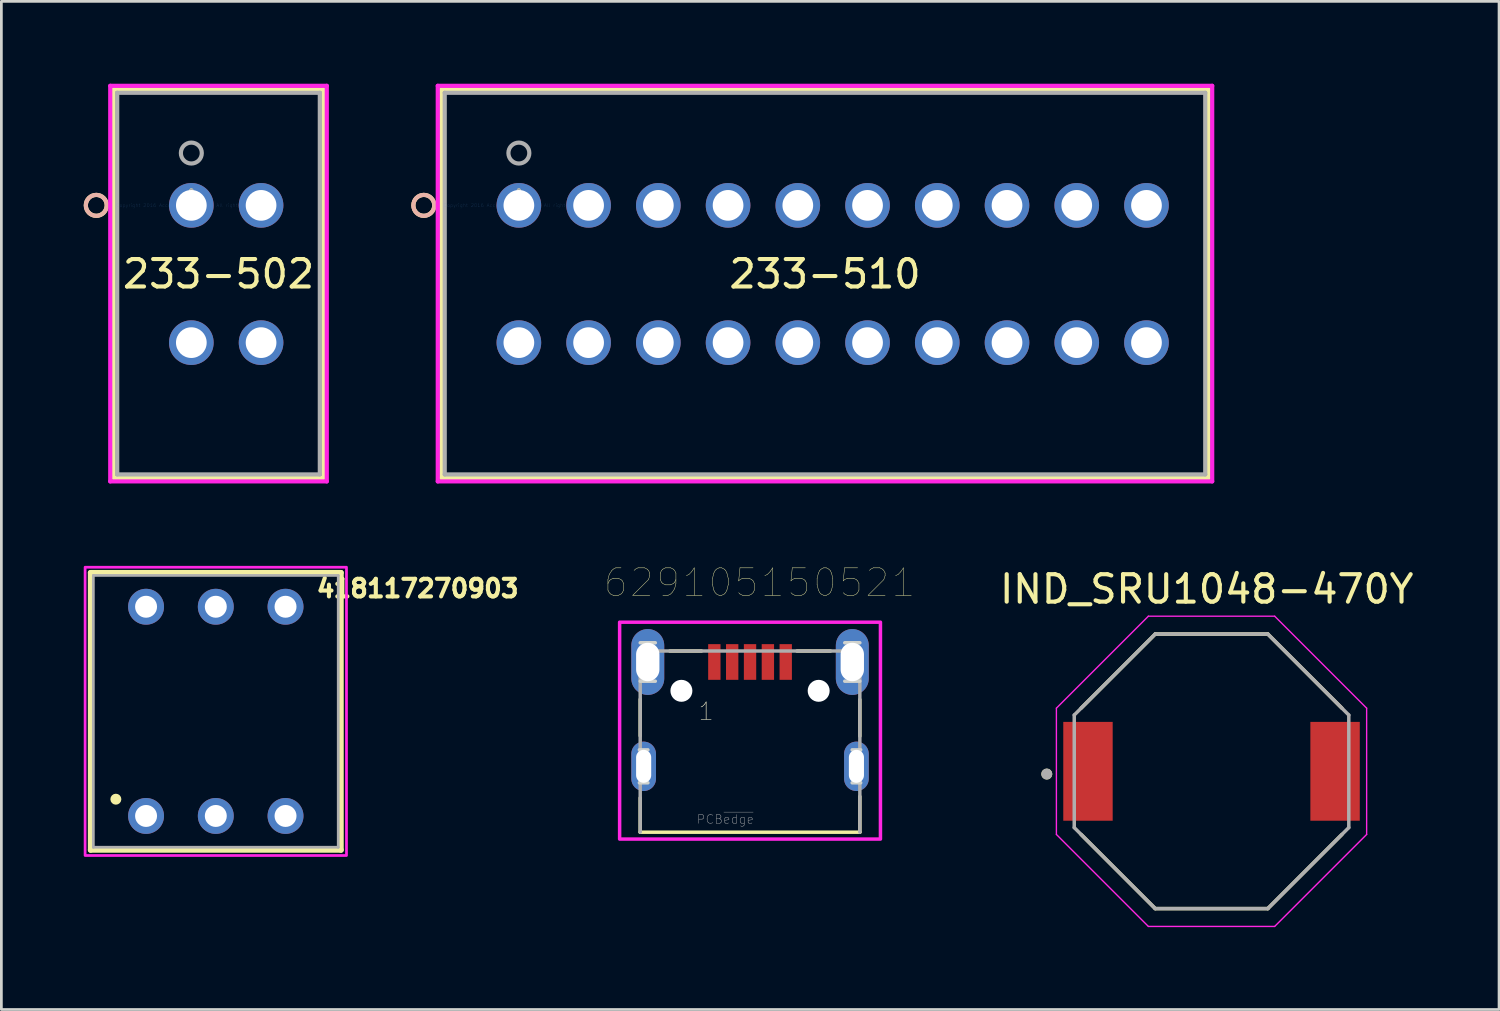
<source format=kicad_pcb>
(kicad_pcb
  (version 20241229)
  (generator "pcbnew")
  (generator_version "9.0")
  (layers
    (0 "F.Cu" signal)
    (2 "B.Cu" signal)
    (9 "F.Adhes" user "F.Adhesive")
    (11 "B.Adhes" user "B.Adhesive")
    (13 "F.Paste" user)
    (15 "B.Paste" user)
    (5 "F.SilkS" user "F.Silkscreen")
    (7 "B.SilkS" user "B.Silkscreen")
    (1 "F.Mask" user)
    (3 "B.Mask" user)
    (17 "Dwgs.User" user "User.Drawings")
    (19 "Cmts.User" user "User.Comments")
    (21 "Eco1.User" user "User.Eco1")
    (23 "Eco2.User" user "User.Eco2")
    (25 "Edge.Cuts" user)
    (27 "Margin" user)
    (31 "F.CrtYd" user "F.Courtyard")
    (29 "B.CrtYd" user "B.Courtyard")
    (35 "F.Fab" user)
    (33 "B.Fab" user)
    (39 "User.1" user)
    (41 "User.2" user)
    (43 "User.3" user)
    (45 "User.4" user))
  (footprint "233-510"
    (layer "F.Cu")
    (at 15.849 4.43)
    (property "Reference" "233-510" (at 11.15 2.5 0) (layer "F.SilkS") (effects (font (size 1 1) (thickness 0.15))))
    (attr through_hole)
    (fp_line (start -2.827 -4.227) (end -2.827 9.927) (stroke (width 0.152) (type solid)) (layer "F.SilkS"))
    (fp_line (start -2.827 9.927) (end 25.127 9.927) (stroke (width 0.152) (type solid)) (layer "F.SilkS"))
    (fp_line (start 25.127 -4.227) (end -2.827 -4.227) (stroke (width 0.152) (type solid)) (layer "F.SilkS"))
    (fp_line (start 25.127 9.927) (end 25.127 -4.227) (stroke (width 0.152) (type solid)) (layer "F.SilkS"))
    (fp_circle (center -3.462 0) (end -3.081 0) (stroke (width 0.152) (type solid)) (fill no) (layer "F.SilkS"))
    (fp_circle (center -3.462 0) (end -3.081 0) (stroke (width 0.152) (type solid)) (fill no) (layer "B.SilkS"))
    (fp_line (start -2.954 -4.354) (end -2.954 10.054) (stroke (width 0.152) (type solid)) (layer "F.CrtYd"))
    (fp_line (start -2.954 10.054) (end 25.254 10.054) (stroke (width 0.152) (type solid)) (layer "F.CrtYd"))
    (fp_line (start 25.254 -4.354) (end -2.954 -4.354) (stroke (width 0.152) (type solid)) (layer "F.CrtYd"))
    (fp_line (start 25.254 10.054) (end 25.254 -4.354) (stroke (width 0.152) (type solid)) (layer "F.CrtYd"))
    (fp_line (start -2.7 -4.1) (end -2.7 9.8) (stroke (width 0.152) (type solid)) (layer "F.Fab"))
    (fp_line (start -2.7 9.8) (end 25 9.8) (stroke (width 0.152) (type solid)) (layer "F.Fab"))
    (fp_line (start 25 -4.1) (end -2.7 -4.1) (stroke (width 0.152) (type solid)) (layer "F.Fab"))
    (fp_line (start 25 9.8) (end 25 -4.1) (stroke (width 0.152) (type solid)) (layer "F.Fab"))
    (fp_circle (center 0 -1.905) (end 0.381 -1.905) (stroke (width 0.152) (type solid)) (fill no) (layer "F.Fab"))
    (fp_text user "*" (at 0 0 0) (layer "F.SilkS") (effects (font (size 1 1) (thickness 0.15))))
    (fp_text user "Copyright 2016 Accelerated Designs. All rights reserved." (at 0 0 0) (layer "Cmts.User") (effects (font (size 0.127 0.127) (thickness 0.002))))
    (fp_text user "*" (at 0 0 0) (layer "F.Fab") (effects (font (size 1 1) (thickness 0.15))))
    (pad "1" thru_hole circle (at 0 0) (size 1.626 1.626) (drill 1.118) (layers "*.Cu" "*.Mask"))
    (pad "2" thru_hole circle (at 0 5) (size 1.626 1.626) (drill 1.118) (layers "*.Cu" "*.Mask"))
    (pad "3" thru_hole circle (at 2.54 0) (size 1.626 1.626) (drill 1.118) (layers "*.Cu" "*.Mask"))
    (pad "4" thru_hole circle (at 2.54 5) (size 1.626 1.626) (drill 1.118) (layers "*.Cu" "*.Mask"))
    (pad "5" thru_hole circle (at 5.08 0) (size 1.626 1.626) (drill 1.118) (layers "*.Cu" "*.Mask"))
    (pad "6" thru_hole circle (at 5.08 5) (size 1.626 1.626) (drill 1.118) (layers "*.Cu" "*.Mask"))
    (pad "7" thru_hole circle (at 7.62 0) (size 1.626 1.626) (drill 1.118) (layers "*.Cu" "*.Mask"))
    (pad "8" thru_hole circle (at 7.62 5) (size 1.626 1.626) (drill 1.118) (layers "*.Cu" "*.Mask"))
    (pad "9" thru_hole circle (at 10.16 0) (size 1.626 1.626) (drill 1.118) (layers "*.Cu" "*.Mask"))
    (pad "10" thru_hole circle (at 10.16 5) (size 1.626 1.626) (drill 1.118) (layers "*.Cu" "*.Mask"))
    (pad "11" thru_hole circle (at 12.7 0) (size 1.626 1.626) (drill 1.118) (layers "*.Cu" "*.Mask"))
    (pad "12" thru_hole circle (at 12.7 5) (size 1.626 1.626) (drill 1.118) (layers "*.Cu" "*.Mask"))
    (pad "13" thru_hole circle (at 15.24 0) (size 1.626 1.626) (drill 1.118) (layers "*.Cu" "*.Mask"))
    (pad "14" thru_hole circle (at 15.24 5) (size 1.626 1.626) (drill 1.118) (layers "*.Cu" "*.Mask"))
    (pad "15" thru_hole circle (at 17.78 0) (size 1.626 1.626) (drill 1.118) (layers "*.Cu" "*.Mask"))
    (pad "16" thru_hole circle (at 17.78 5) (size 1.626 1.626) (drill 1.118) (layers "*.Cu" "*.Mask"))
    (pad "17" thru_hole circle (at 20.32 0) (size 1.626 1.626) (drill 1.118) (layers "*.Cu" "*.Mask"))
    (pad "18" thru_hole circle (at 20.32 5) (size 1.626 1.626) (drill 1.118) (layers "*.Cu" "*.Mask"))
    (pad "19" thru_hole circle (at 22.86 0) (size 1.626 1.626) (drill 1.118) (layers "*.Cu" "*.Mask"))
    (pad "20" thru_hole circle (at 22.86 5) (size 1.626 1.626) (drill 1.118) (layers "*.Cu" "*.Mask")))
  (footprint "233-502"
    (layer "F.Cu")
    (at 3.919 4.43)
    (property "Reference" "233-502" (at 0.99 2.5 0) (layer "F.SilkS") (effects (font (size 1 1) (thickness 0.15))))
    (attr through_hole)
    (fp_line (start -2.827 -4.227) (end -2.827 9.927) (stroke (width 0.152) (type solid)) (layer "F.SilkS"))
    (fp_line (start -2.827 9.927) (end 4.807 9.927) (stroke (width 0.152) (type solid)) (layer "F.SilkS"))
    (fp_line (start 4.807 -4.227) (end -2.827 -4.227) (stroke (width 0.152) (type solid)) (layer "F.SilkS"))
    (fp_line (start 4.807 9.927) (end 4.807 -4.227) (stroke (width 0.152) (type solid)) (layer "F.SilkS"))
    (fp_circle (center -3.462 0) (end -3.081 0) (stroke (width 0.152) (type solid)) (fill no) (layer "F.SilkS"))
    (fp_circle (center -3.462 0) (end -3.081 0) (stroke (width 0.152) (type solid)) (fill no) (layer "B.SilkS"))
    (fp_line (start -2.954 -4.354) (end -2.954 10.054) (stroke (width 0.152) (type solid)) (layer "F.CrtYd"))
    (fp_line (start -2.954 10.054) (end 4.934 10.054) (stroke (width 0.152) (type solid)) (layer "F.CrtYd"))
    (fp_line (start 4.934 -4.354) (end -2.954 -4.354) (stroke (width 0.152) (type solid)) (layer "F.CrtYd"))
    (fp_line (start 4.934 10.054) (end 4.934 -4.354) (stroke (width 0.152) (type solid)) (layer "F.CrtYd"))
    (fp_line (start -2.7 -4.1) (end -2.7 9.8) (stroke (width 0.152) (type solid)) (layer "F.Fab"))
    (fp_line (start -2.7 9.8) (end 4.68 9.8) (stroke (width 0.152) (type solid)) (layer "F.Fab"))
    (fp_line (start 4.68 -4.1) (end -2.7 -4.1) (stroke (width 0.152) (type solid)) (layer "F.Fab"))
    (fp_line (start 4.68 9.8) (end 4.68 -4.1) (stroke (width 0.152) (type solid)) (layer "F.Fab"))
    (fp_circle (center 0 -1.905) (end 0.381 -1.905) (stroke (width 0.152) (type solid)) (fill no) (layer "F.Fab"))
    (fp_text user "*" (at 0 0 0) (layer "F.SilkS") (effects (font (size 1 1) (thickness 0.15))))
    (fp_text user "Copyright 2016 Accelerated Designs. All rights reserved." (at 0 0 0) (layer "Cmts.User") (effects (font (size 0.127 0.127) (thickness 0.002))))
    (fp_text user "*" (at 0 0 0) (layer "F.Fab") (effects (font (size 1 1) (thickness 0.15))))
    (pad "1" thru_hole circle (at 0 0) (size 1.626 1.626) (drill 1.118) (layers "*.Cu" "*.Mask"))
    (pad "2" thru_hole circle (at 0 5) (size 1.626 1.626) (drill 1.118) (layers "*.Cu" "*.Mask"))
    (pad "3" thru_hole circle (at 2.54 0) (size 1.626 1.626) (drill 1.118) (layers "*.Cu" "*.Mask"))
    (pad "4" thru_hole circle (at 2.54 5) (size 1.626 1.626) (drill 1.118) (layers "*.Cu" "*.Mask")))
  (footprint "IND_SRU1048-470Y"
    (layer "F.Cu")
    (at 41.078 25.044)
    (property "Reference" "IND_SRU1048-470Y" (at -0.175 -6.635 0) (layer "F.SilkS") (effects (font (size 1 1) (thickness 0.15))))
    (attr through_hole)
    (fp_line (start -4.75 -2.3) (end -2.05 -5) (stroke (width 0.127) (type solid)) (layer "F.SilkS"))
    (fp_line (start -2.05 -5) (end 2.05 -5) (stroke (width 0.127) (type solid)) (layer "F.SilkS"))
    (fp_line (start -2.05 5) (end -4.75 2.3) (stroke (width 0.127) (type solid)) (layer "F.SilkS"))
    (fp_line (start 2.05 -5) (end 4.75 -2.3) (stroke (width 0.127) (type solid)) (layer "F.SilkS"))
    (fp_line (start 2.05 5) (end -2.05 5) (stroke (width 0.127) (type solid)) (layer "F.SilkS"))
    (fp_line (start 4.75 2.3) (end 2.05 5) (stroke (width 0.127) (type solid)) (layer "F.SilkS"))
    (fp_circle (center -6 0.1) (end -5.9 0.1) (stroke (width 0.2) (type solid)) (fill no) (layer "F.SilkS"))
    (fp_line (start -5.65 -2.3) (end -2.3 -5.65) (stroke (width 0.05) (type solid)) (layer "F.CrtYd"))
    (fp_line (start -5.65 2.3) (end -5.65 -2.3) (stroke (width 0.05) (type solid)) (layer "F.CrtYd"))
    (fp_line (start -2.3 -5.65) (end 2.3 -5.65) (stroke (width 0.05) (type solid)) (layer "F.CrtYd"))
    (fp_line (start -2.3 5.65) (end -5.65 2.3) (stroke (width 0.05) (type solid)) (layer "F.CrtYd"))
    (fp_line (start 2.3 -5.65) (end 5.65 -2.3) (stroke (width 0.05) (type solid)) (layer "F.CrtYd"))
    (fp_line (start 2.3 5.65) (end -2.3 5.65) (stroke (width 0.05) (type solid)) (layer "F.CrtYd"))
    (fp_line (start 5.65 -2.3) (end 5.65 2.3) (stroke (width 0.05) (type solid)) (layer "F.CrtYd"))
    (fp_line (start 5.65 2.3) (end 2.3 5.65) (stroke (width 0.05) (type solid)) (layer "F.CrtYd"))
    (fp_line (start -5 -2.05) (end -2.05 -5) (stroke (width 0.127) (type solid)) (layer "F.Fab"))
    (fp_line (start -5 2.05) (end -5 -2.05) (stroke (width 0.127) (type solid)) (layer "F.Fab"))
    (fp_line (start -2.05 -5) (end 2.05 -5) (stroke (width 0.127) (type solid)) (layer "F.Fab"))
    (fp_line (start -2.05 5) (end -5 2.05) (stroke (width 0.127) (type solid)) (layer "F.Fab"))
    (fp_line (start 2.05 -5) (end 5 -2.05) (stroke (width 0.127) (type solid)) (layer "F.Fab"))
    (fp_line (start 2.05 5) (end -2.05 5) (stroke (width 0.127) (type solid)) (layer "F.Fab"))
    (fp_line (start 5 -2.05) (end 5 2.05) (stroke (width 0.127) (type solid)) (layer "F.Fab"))
    (fp_line (start 5 2.05) (end 2.05 5) (stroke (width 0.127) (type solid)) (layer "F.Fab"))
    (fp_circle (center -6 0.1) (end -5.9 0.1) (stroke (width 0.2) (type solid)) (fill no) (layer "F.Fab"))
    (pad "1" smd rect (at -4.5 0) (size 1.8 3.6) (layers "F.Cu" "F.Mask" "F.Paste"))
    (pad "2" smd rect (at 4.5 0) (size 1.8 3.6) (layers "F.Cu" "F.Mask" "F.Paste")))
  (footprint "629105150521"
    (layer "F.Cu")
    (at 24.269 22.112)
    (property "Reference" "629105150521" (at 0.348 -3.941 0) (layer "F.SilkS") (effects (font (size 1 1) (thickness 0.015))))
    (attr through_hole)
    (fp_line (start -4 0.31) (end -4 1.64) (stroke (width 0.127) (type solid)) (layer "F.SilkS"))
    (fp_line (start -4 3.9) (end -4 5.15) (stroke (width 0.127) (type solid)) (layer "F.SilkS"))
    (fp_line (start -4 5.15) (end 4 5.15) (stroke (width 0.127) (type solid)) (layer "F.SilkS"))
    (fp_line (start -2.92 -1.45) (end -1.77 -1.45) (stroke (width 0.127) (type solid)) (layer "F.SilkS"))
    (fp_line (start 1.71 -1.45) (end 2.93 -1.45) (stroke (width 0.127) (type solid)) (layer "F.SilkS"))
    (fp_line (start 4 0.32) (end 4 1.65) (stroke (width 0.127) (type solid)) (layer "F.SilkS"))
    (fp_line (start 4 3.85) (end 4 5.15) (stroke (width 0.127) (type solid)) (layer "F.SilkS"))
    (fp_line (start -4.03 2.15) (end -3.72 2.15) (stroke (width 0.127) (type solid)) (layer "Edge.Cuts"))
    (fp_line (start -4.03 3.35) (end -3.72 3.35) (stroke (width 0.127) (type solid)) (layer "Edge.Cuts"))
    (fp_line (start -4 -1.75) (end -3.45 -1.75) (stroke (width 0.127) (type solid)) (layer "Edge.Cuts"))
    (fp_line (start -4 -0.35) (end -3.45 -0.35) (stroke (width 0.127) (type solid)) (layer "Edge.Cuts"))
    (fp_line (start 3.45 -1.75) (end 4 -1.75) (stroke (width 0.127) (type solid)) (layer "Edge.Cuts"))
    (fp_line (start 3.45 -0.35) (end 4 -0.35) (stroke (width 0.127) (type solid)) (layer "Edge.Cuts"))
    (fp_line (start 3.72 2.15) (end 4.03 2.15) (stroke (width 0.127) (type solid)) (layer "Edge.Cuts"))
    (fp_line (start 3.72 3.35) (end 4.03 3.35) (stroke (width 0.127) (type solid)) (layer "Edge.Cuts"))
    (fp_poly (pts (xy -4.75 -2.5) (xy 4.75 -2.5) (xy 4.75 5.4) (xy -4.75 5.4)) (stroke (width 0.127) (type solid)) (fill no) (layer "F.CrtYd"))
    (fp_line (start -4 -1.45) (end 4 -1.45) (stroke (width 0.127) (type solid)) (layer "F.Fab"))
    (fp_line (start -4 5.15) (end -4 -1.45) (stroke (width 0.127) (type solid)) (layer "F.Fab"))
    (fp_line (start 4 5.15) (end 4 -1.45) (stroke (width 0.127) (type solid)) (layer "F.Fab"))
    (fp_text user "1" (at -1.6 0.75 0) (layer "F.SilkS") (effects (font (size 0.64 0.64) (thickness 0.015))))
    (fp_text user "1" (at -1.6 0.75 0) (layer "Dwgs.User") (effects (font (size 0.64 0.64) (thickness 0.015))))
    (fp_text user "PCB~{edge}" (at -0.9 4.68 0) (layer "F.Fab") (effects (font (size 0.32 0.32) (thickness 0.015))))
    (pad "" np_thru_hole circle (at -2.5 0) (size 0.8 0.8) (drill 0.8) (layers "*.Cu" "*.Mask"))
    (pad "" np_thru_hole circle (at 2.5 0) (size 0.8 0.8) (drill 0.8) (layers "*.Cu" "*.Mask"))
    (pad "1" smd rect (at -1.3 -1.05) (size 0.45 1.3) (layers "F.Cu" "F.Mask" "F.Paste"))
    (pad "2" smd rect (at -0.65 -1.05) (size 0.45 1.3) (layers "F.Cu" "F.Mask" "F.Paste"))
    (pad "3" smd rect (at 0 -1.05) (size 0.45 1.3) (layers "F.Cu" "F.Mask" "F.Paste"))
    (pad "4" smd rect (at 0.65 -1.05) (size 0.45 1.3) (layers "F.Cu" "F.Mask" "F.Paste"))
    (pad "5" smd rect (at 1.3 -1.05) (size 0.45 1.3) (layers "F.Cu" "F.Mask" "F.Paste"))
    (pad "SHELL" thru_hole oval (at -3.725 -1.05) (size 1.2 2.4) (drill oval 0.85 1.4) (layers "*.Cu" "*.Mask"))
    (pad "SHELL1" thru_hole oval (at 3.725 -1.05) (size 1.2 2.4) (drill oval 0.85 1.4) (layers "*.Cu" "*.Mask"))
    (pad "SHELL2" thru_hole oval (at -3.875 2.75) (size 0.9 1.8) (drill oval 0.55 1.2) (layers "*.Cu" "*.Mask"))
    (pad "SHELL3" thru_hole oval (at 3.875 2.75) (size 0.9 1.8) (drill oval 0.55 1.2) (layers "*.Cu" "*.Mask")))
  (footprint "418117270903"
    (layer "F.Cu")
    (at 4.81 22.86)
    (property "Reference" "418117270903" (at 7.352 -4.476 0) (layer "F.SilkS") (effects (font (size 0.64 0.64) (thickness 0.15))))
    (attr through_hole)
    (fp_line (start -4.56 -5.05) (end 4.56 -5.05) (stroke (width 0.2) (type solid)) (layer "F.SilkS"))
    (fp_line (start -4.56 5.05) (end -4.56 -5.05) (stroke (width 0.2) (type solid)) (layer "F.SilkS"))
    (fp_line (start 4.56 -5.05) (end 4.56 5.05) (stroke (width 0.2) (type solid)) (layer "F.SilkS"))
    (fp_line (start 4.56 5.05) (end -4.56 5.05) (stroke (width 0.2) (type solid)) (layer "F.SilkS"))
    (fp_circle (center -3.64 3.2) (end -3.54 3.2) (stroke (width 0.2) (type solid)) (fill no) (layer "F.SilkS"))
    (fp_poly (pts (xy -4.76 -5.25) (xy 4.76 -5.25) (xy 4.76 5.25) (xy -4.76 5.25)) (stroke (width 0.1) (type solid)) (fill no) (layer "F.CrtYd"))
    (fp_line (start -4.46 -4.95) (end 4.46 -4.95) (stroke (width 0.1) (type solid)) (layer "F.Fab"))
    (fp_line (start -4.46 4.95) (end -4.46 -4.95) (stroke (width 0.1) (type solid)) (layer "F.Fab"))
    (fp_line (start 4.46 -4.95) (end 4.46 4.95) (stroke (width 0.1) (type solid)) (layer "F.Fab"))
    (fp_line (start 4.46 4.95) (end -4.46 4.95) (stroke (width 0.1) (type solid)) (layer "F.Fab"))
    (pad "1" thru_hole circle (at -2.54 3.81) (size 1.308 1.308) (drill 0.8) (layers "*.Cu" "*.Mask"))
    (pad "2" thru_hole circle (at 0 3.81) (size 1.308 1.308) (drill 0.8) (layers "*.Cu" "*.Mask"))
    (pad "3" thru_hole circle (at 2.54 3.81) (size 1.308 1.308) (drill 0.8) (layers "*.Cu" "*.Mask"))
    (pad "A1" thru_hole circle (at -2.54 -3.81) (size 1.308 1.308) (drill 0.8) (layers "*.Cu" "*.Mask"))
    (pad "A2" thru_hole circle (at 0 -3.81) (size 1.308 1.308) (drill 0.8) (layers "*.Cu" "*.Mask"))
    (pad "A3" thru_hole circle (at 2.54 -3.81) (size 1.308 1.308) (drill 0.8) (layers "*.Cu" "*.Mask")))
  (gr_rect
    (start -3 -3)
    (end 51.551 33.719)
    (stroke (width 0.1) (type default))
    (fill no)
    (layer "Edge.Cuts")))
</source>
